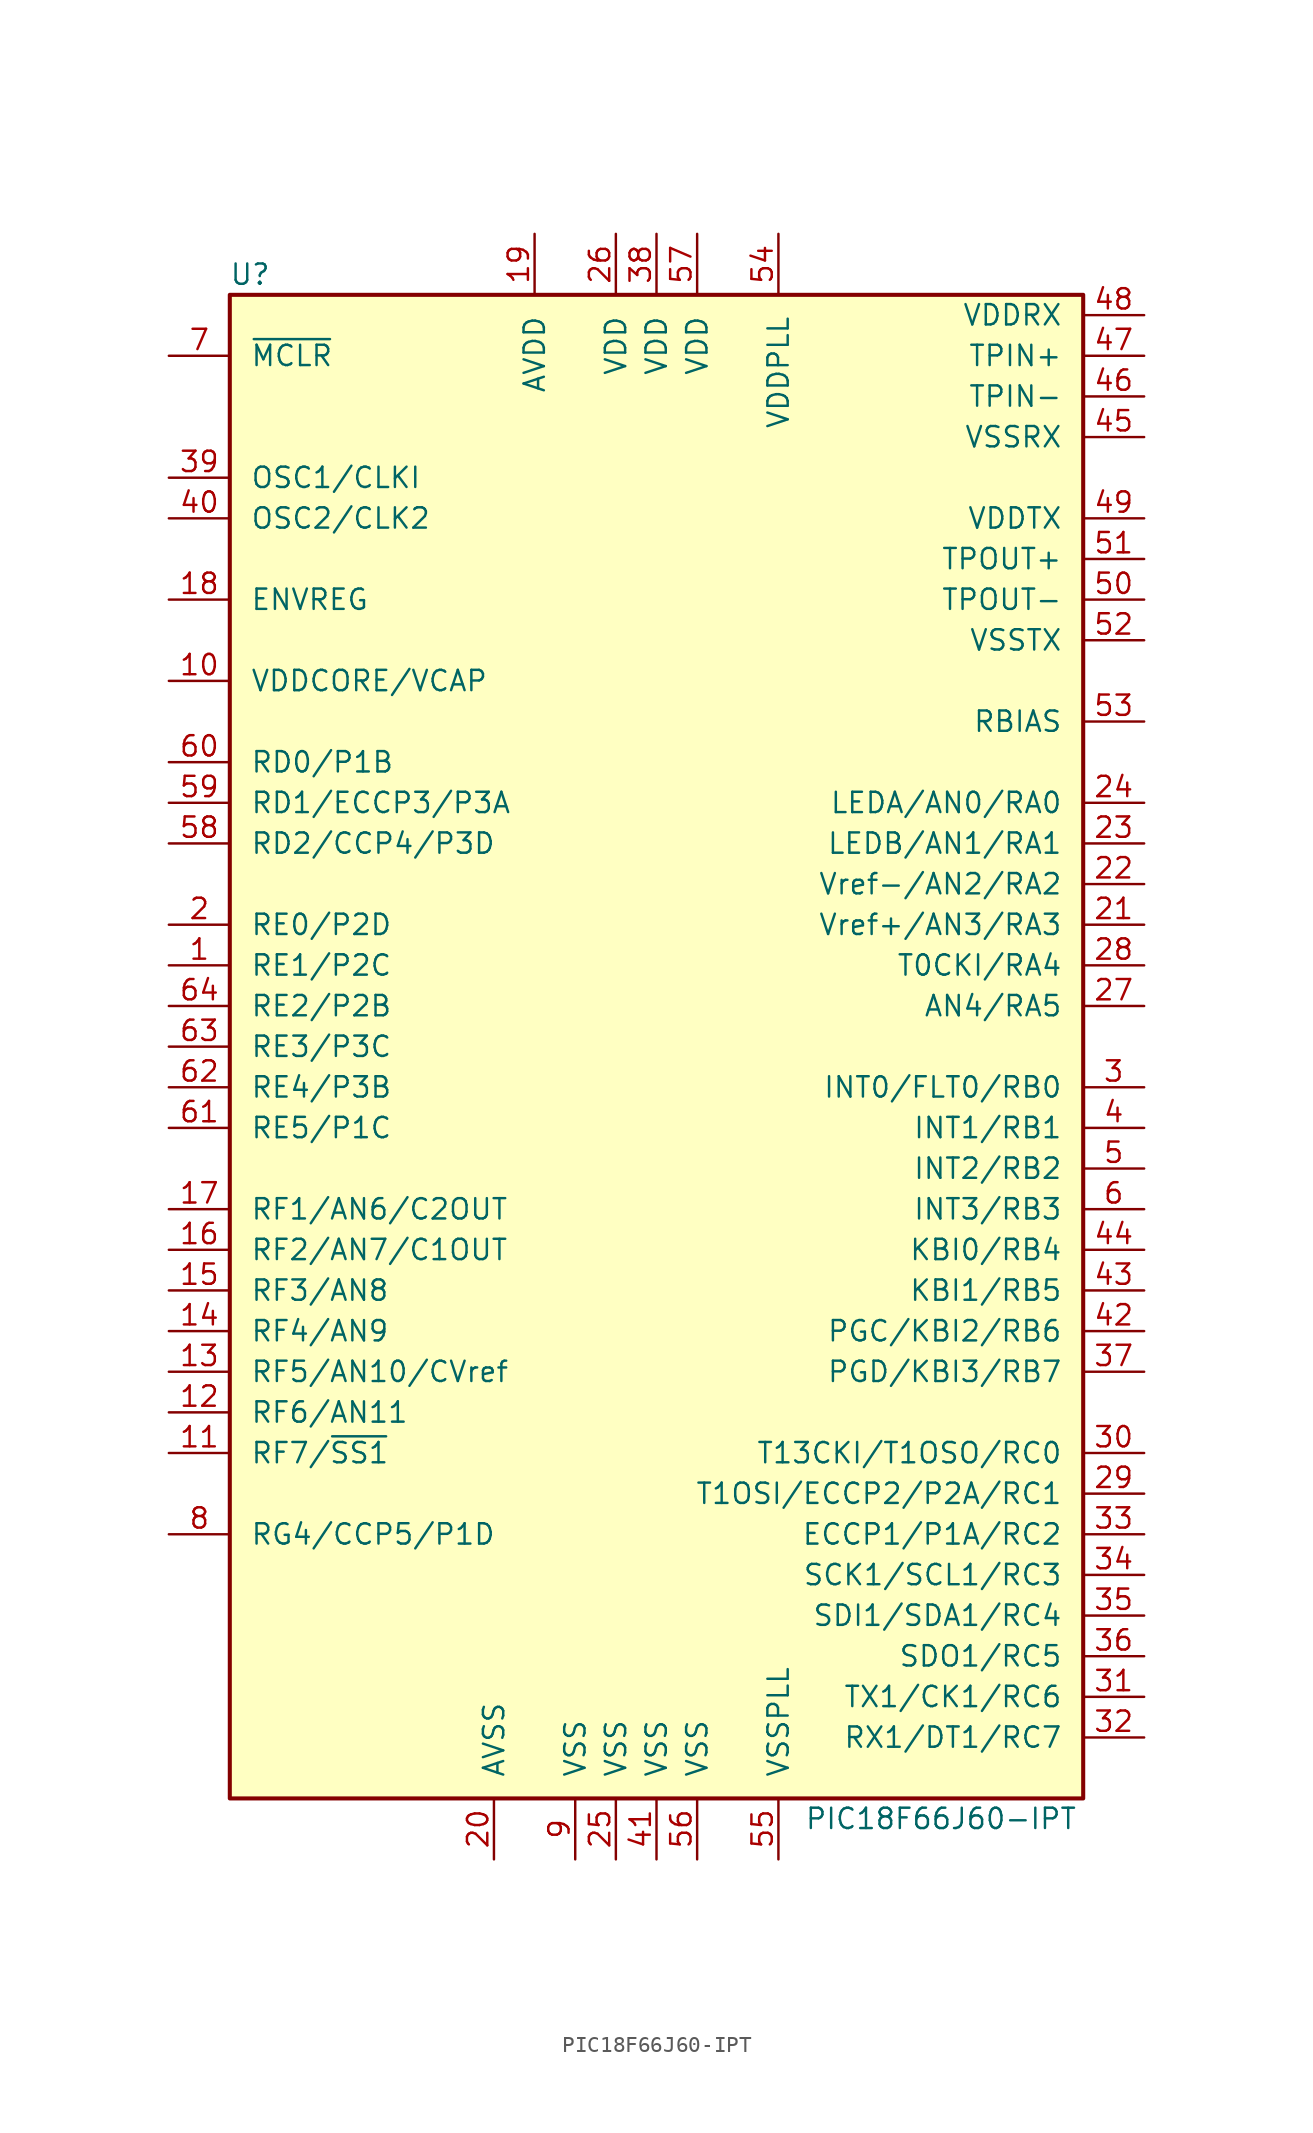
<source format=kicad_sym>
(kicad_symbol_lib
  (version 20211014)
  (generator kicad_symbol_editor)
  (symbol "PIC18F66J60-IPT"
    (pin_names
      (offset 1.27))
    (property "Reference" "U"
      (at -25.4 48.26 0)
      (effects (font (size 1.27 1.27))))
    (property "Value" "PIC18F66J60-IPT"
      (at 17.78 -48.26 0)
      (effects (font (size 1.27 1.27))))
    (symbol "PIC18F66J60-IPT_0_1"
      (rectangle (start -26.67 46.99) (end 26.67 -46.99) (stroke (width 0.254) (type default) (color 0 0 0 0)) (fill (type background))))
    (symbol "PIC18F66J60-IPT_1_1"
      (pin bidirectional line (at -30.48 5.08 0) (length 3.81) (name "RE1/P2C" (effects (font (size 1.27 1.27)))) (number "1" (effects (font (size 1.27 1.27)))))
      (pin passive line (at -30.48 22.86 0) (length 3.81) (name "VDDCORE/VCAP" (effects (font (size 1.27 1.27)))) (number "10" (effects (font (size 1.27 1.27)))))
      (pin bidirectional line (at -30.48 -25.4 0) (length 3.81) (name "RF7/~{SS1}" (effects (font (size 1.27 1.27)))) (number "11" (effects (font (size 1.27 1.27)))))
      (pin bidirectional line (at -30.48 -22.86 0) (length 3.81) (name "RF6/AN11" (effects (font (size 1.27 1.27)))) (number "12" (effects (font (size 1.27 1.27)))))
      (pin bidirectional line (at -30.48 -20.32 0) (length 3.81) (name "RF5/AN10/CVref" (effects (font (size 1.27 1.27)))) (number "13" (effects (font (size 1.27 1.27)))))
      (pin bidirectional line (at -30.48 -17.78 0) (length 3.81) (name "RF4/AN9" (effects (font (size 1.27 1.27)))) (number "14" (effects (font (size 1.27 1.27)))))
      (pin bidirectional line (at -30.48 -15.24 0) (length 3.81) (name "RF3/AN8" (effects (font (size 1.27 1.27)))) (number "15" (effects (font (size 1.27 1.27)))))
      (pin bidirectional line (at -30.48 -12.7 0) (length 3.81) (name "RF2/AN7/C1OUT" (effects (font (size 1.27 1.27)))) (number "16" (effects (font (size 1.27 1.27)))))
      (pin bidirectional line (at -30.48 -10.16 0) (length 3.81) (name "RF1/AN6/C2OUT" (effects (font (size 1.27 1.27)))) (number "17" (effects (font (size 1.27 1.27)))))
      (pin passive line (at -30.48 27.94 0) (length 3.81) (name "ENVREG" (effects (font (size 1.27 1.27)))) (number "18" (effects (font (size 1.27 1.27)))))
      (pin power_in line (at -7.62 50.8 270) (length 3.81) (name "AVDD" (effects (font (size 1.27 1.27)))) (number "19" (effects (font (size 1.27 1.27)))))
      (pin bidirectional line (at -30.48 7.62 0) (length 3.81) (name "RE0/P2D" (effects (font (size 1.27 1.27)))) (number "2" (effects (font (size 1.27 1.27)))))
      (pin power_in line (at -10.16 -50.8 90) (length 3.81) (name "AVSS" (effects (font (size 1.27 1.27)))) (number "20" (effects (font (size 1.27 1.27)))))
      (pin bidirectional line (at 30.48 7.62 180) (length 3.81) (name "Vref+/AN3/RA3" (effects (font (size 1.27 1.27)))) (number "21" (effects (font (size 1.27 1.27)))))
      (pin bidirectional line (at 30.48 10.16 180) (length 3.81) (name "Vref-/AN2/RA2" (effects (font (size 1.27 1.27)))) (number "22" (effects (font (size 1.27 1.27)))))
      (pin bidirectional line (at 30.48 12.7 180) (length 3.81) (name "LEDB/AN1/RA1" (effects (font (size 1.27 1.27)))) (number "23" (effects (font (size 1.27 1.27)))))
      (pin bidirectional line (at 30.48 15.24 180) (length 3.81) (name "LEDA/AN0/RA0" (effects (font (size 1.27 1.27)))) (number "24" (effects (font (size 1.27 1.27)))))
      (pin power_in line (at -2.54 -50.8 90) (length 3.81) (name "VSS" (effects (font (size 1.27 1.27)))) (number "25" (effects (font (size 1.27 1.27)))))
      (pin power_in line (at -2.54 50.8 270) (length 3.81) (name "VDD" (effects (font (size 1.27 1.27)))) (number "26" (effects (font (size 1.27 1.27)))))
      (pin bidirectional line (at 30.48 2.54 180) (length 3.81) (name "AN4/RA5" (effects (font (size 1.27 1.27)))) (number "27" (effects (font (size 1.27 1.27)))))
      (pin bidirectional line (at 30.48 5.08 180) (length 3.81) (name "T0CKI/RA4" (effects (font (size 1.27 1.27)))) (number "28" (effects (font (size 1.27 1.27)))))
      (pin bidirectional line (at 30.48 -27.94 180) (length 3.81) (name "T1OSI/ECCP2/P2A/RC1" (effects (font (size 1.27 1.27)))) (number "29" (effects (font (size 1.27 1.27)))))
      (pin bidirectional line (at 30.48 -2.54 180) (length 3.81) (name "INT0/FLT0/RB0" (effects (font (size 1.27 1.27)))) (number "3" (effects (font (size 1.27 1.27)))))
      (pin bidirectional line (at 30.48 -25.4 180) (length 3.81) (name "T13CKI/T1OSO/RC0" (effects (font (size 1.27 1.27)))) (number "30" (effects (font (size 1.27 1.27)))))
      (pin bidirectional line (at 30.48 -40.64 180) (length 3.81) (name "TX1/CK1/RC6" (effects (font (size 1.27 1.27)))) (number "31" (effects (font (size 1.27 1.27)))))
      (pin bidirectional line (at 30.48 -43.18 180) (length 3.81) (name "RX1/DT1/RC7" (effects (font (size 1.27 1.27)))) (number "32" (effects (font (size 1.27 1.27)))))
      (pin bidirectional line (at 30.48 -30.48 180) (length 3.81) (name "ECCP1/P1A/RC2" (effects (font (size 1.27 1.27)))) (number "33" (effects (font (size 1.27 1.27)))))
      (pin bidirectional line (at 30.48 -33.02 180) (length 3.81) (name "SCK1/SCL1/RC3" (effects (font (size 1.27 1.27)))) (number "34" (effects (font (size 1.27 1.27)))))
      (pin bidirectional line (at 30.48 -35.56 180) (length 3.81) (name "SDI1/SDA1/RC4" (effects (font (size 1.27 1.27)))) (number "35" (effects (font (size 1.27 1.27)))))
      (pin bidirectional line (at 30.48 -38.1 180) (length 3.81) (name "SDO1/RC5" (effects (font (size 1.27 1.27)))) (number "36" (effects (font (size 1.27 1.27)))))
      (pin bidirectional line (at 30.48 -20.32 180) (length 3.81) (name "PGD/KBI3/RB7" (effects (font (size 1.27 1.27)))) (number "37" (effects (font (size 1.27 1.27)))))
      (pin power_in line (at 0 50.8 270) (length 3.81) (name "VDD" (effects (font (size 1.27 1.27)))) (number "38" (effects (font (size 1.27 1.27)))))
      (pin input line (at -30.48 35.56 0) (length 3.81) (name "OSC1/CLKI" (effects (font (size 1.27 1.27)))) (number "39" (effects (font (size 1.27 1.27)))))
      (pin bidirectional line (at 30.48 -5.08 180) (length 3.81) (name "INT1/RB1" (effects (font (size 1.27 1.27)))) (number "4" (effects (font (size 1.27 1.27)))))
      (pin output line (at -30.48 33.02 0) (length 3.81) (name "OSC2/CLK2" (effects (font (size 1.27 1.27)))) (number "40" (effects (font (size 1.27 1.27)))))
      (pin power_in line (at 0 -50.8 90) (length 3.81) (name "VSS" (effects (font (size 1.27 1.27)))) (number "41" (effects (font (size 1.27 1.27)))))
      (pin bidirectional line (at 30.48 -17.78 180) (length 3.81) (name "PGC/KBI2/RB6" (effects (font (size 1.27 1.27)))) (number "42" (effects (font (size 1.27 1.27)))))
      (pin bidirectional line (at 30.48 -15.24 180) (length 3.81) (name "KBI1/RB5" (effects (font (size 1.27 1.27)))) (number "43" (effects (font (size 1.27 1.27)))))
      (pin bidirectional line (at 30.48 -12.7 180) (length 3.81) (name "KBI0/RB4" (effects (font (size 1.27 1.27)))) (number "44" (effects (font (size 1.27 1.27)))))
      (pin power_in line (at 30.48 38.1 180) (length 3.81) (name "VSSRX" (effects (font (size 1.27 1.27)))) (number "45" (effects (font (size 1.27 1.27)))))
      (pin passive line (at 30.48 40.64 180) (length 3.81) (name "TPIN-" (effects (font (size 1.27 1.27)))) (number "46" (effects (font (size 1.27 1.27)))))
      (pin passive line (at 30.48 43.18 180) (length 3.81) (name "TPIN+" (effects (font (size 1.27 1.27)))) (number "47" (effects (font (size 1.27 1.27)))))
      (pin power_in line (at 30.48 45.72 180) (length 3.81) (name "VDDRX" (effects (font (size 1.27 1.27)))) (number "48" (effects (font (size 1.27 1.27)))))
      (pin power_in line (at 30.48 33.02 180) (length 3.81) (name "VDDTX" (effects (font (size 1.27 1.27)))) (number "49" (effects (font (size 1.27 1.27)))))
      (pin bidirectional line (at 30.48 -7.62 180) (length 3.81) (name "INT2/RB2" (effects (font (size 1.27 1.27)))) (number "5" (effects (font (size 1.27 1.27)))))
      (pin passive line (at 30.48 27.94 180) (length 3.81) (name "TPOUT-" (effects (font (size 1.27 1.27)))) (number "50" (effects (font (size 1.27 1.27)))))
      (pin passive line (at 30.48 30.48 180) (length 3.81) (name "TPOUT+" (effects (font (size 1.27 1.27)))) (number "51" (effects (font (size 1.27 1.27)))))
      (pin power_in line (at 30.48 25.4 180) (length 3.81) (name "VSSTX" (effects (font (size 1.27 1.27)))) (number "52" (effects (font (size 1.27 1.27)))))
      (pin passive line (at 30.48 20.32 180) (length 3.81) (name "RBIAS" (effects (font (size 1.27 1.27)))) (number "53" (effects (font (size 1.27 1.27)))))
      (pin power_in line (at 7.62 50.8 270) (length 3.81) (name "VDDPLL" (effects (font (size 1.27 1.27)))) (number "54" (effects (font (size 1.27 1.27)))))
      (pin power_in line (at 7.62 -50.8 90) (length 3.81) (name "VSSPLL" (effects (font (size 1.27 1.27)))) (number "55" (effects (font (size 1.27 1.27)))))
      (pin power_in line (at 2.54 -50.8 90) (length 3.81) (name "VSS" (effects (font (size 1.27 1.27)))) (number "56" (effects (font (size 1.27 1.27)))))
      (pin power_in line (at 2.54 50.8 270) (length 3.81) (name "VDD" (effects (font (size 1.27 1.27)))) (number "57" (effects (font (size 1.27 1.27)))))
      (pin bidirectional line (at -30.48 12.7 0) (length 3.81) (name "RD2/CCP4/P3D" (effects (font (size 1.27 1.27)))) (number "58" (effects (font (size 1.27 1.27)))))
      (pin bidirectional line (at -30.48 15.24 0) (length 3.81) (name "RD1/ECCP3/P3A" (effects (font (size 1.27 1.27)))) (number "59" (effects (font (size 1.27 1.27)))))
      (pin bidirectional line (at 30.48 -10.16 180) (length 3.81) (name "INT3/RB3" (effects (font (size 1.27 1.27)))) (number "6" (effects (font (size 1.27 1.27)))))
      (pin bidirectional line (at -30.48 17.78 0) (length 3.81) (name "RD0/P1B" (effects (font (size 1.27 1.27)))) (number "60" (effects (font (size 1.27 1.27)))))
      (pin bidirectional line (at -30.48 -5.08 0) (length 3.81) (name "RE5/P1C" (effects (font (size 1.27 1.27)))) (number "61" (effects (font (size 1.27 1.27)))))
      (pin bidirectional line (at -30.48 -2.54 0) (length 3.81) (name "RE4/P3B" (effects (font (size 1.27 1.27)))) (number "62" (effects (font (size 1.27 1.27)))))
      (pin bidirectional line (at -30.48 0 0) (length 3.81) (name "RE3/P3C" (effects (font (size 1.27 1.27)))) (number "63" (effects (font (size 1.27 1.27)))))
      (pin bidirectional line (at -30.48 2.54 0) (length 3.81) (name "RE2/P2B" (effects (font (size 1.27 1.27)))) (number "64" (effects (font (size 1.27 1.27)))))
      (pin input line (at -30.48 43.18 0) (length 3.81) (name "~{MCLR}" (effects (font (size 1.27 1.27)))) (number "7" (effects (font (size 1.27 1.27)))))
      (pin bidirectional line (at -30.48 -30.48 0) (length 3.81) (name "RG4/CCP5/P1D" (effects (font (size 1.27 1.27)))) (number "8" (effects (font (size 1.27 1.27)))))
      (pin power_in line (at -5.08 -50.8 90) (length 3.81) (name "VSS" (effects (font (size 1.27 1.27)))) (number "9" (effects (font (size 1.27 1.27))))))))
</source>
